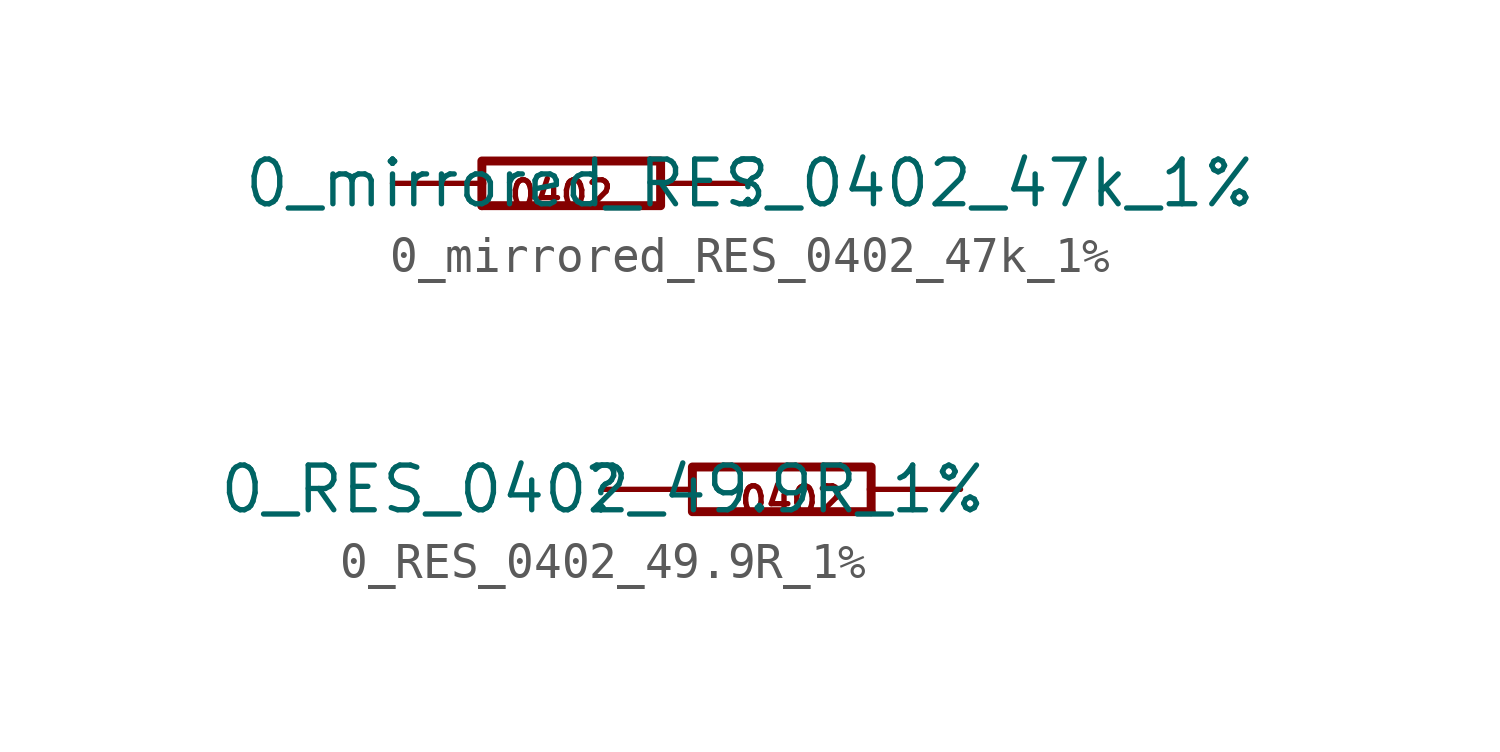
<source format=kicad_sym>
(kicad_symbol_lib
  (version 20211014)
  (generator kicad_symbol_editor)
  (symbol "0_mirrored_RES_0402_47k_1%"
    (property "Reference" ""
      (at 0 0 0)
      (effects (font (size 1.27 1.27))))
    (property "Value" "0_mirrored_RES_0402_47k_1%"
      (at 0 0 0)
      (effects (font (size 1.27 1.27))))
    (symbol "0_mirrored_RES_0402_47k_1%_1_0"
      (polyline (pts (xy -7.62 -0.635) (xy -7.62 0)) (stroke (width 0.254) (type default) (color 0 0 0 0)) (fill (type none)))
      (polyline (pts (xy -7.62 0) (xy -7.62 0.635) (xy -2.54 0.635) (xy -2.54 -0.635) (xy -7.62 -0.635)) (stroke (width 0.254) (type default) (color 0 0 0 0)) (fill (type none)))
      (text "0402" (at -3.81 -0.762 0) (effects (font (size 0.762 0.762)) (justify right bottom)))
      (pin passive line (at 0 0 180) (length 2.54) (name "1" (effects (font (size 0 0)))) (number "1" (effects (font (size 0 0)))))
      (pin passive line (at -10.16 0 0) (length 2.54) (name "2" (effects (font (size 0 0)))) (number "2" (effects (font (size 0 0)))))))
  (symbol "0_RES_0402_49.9R_1%"
    (property "Reference" ""
      (at 0 0 0)
      (effects (font (size 1.27 1.27))))
    (property "Value" "0_RES_0402_49.9R_1%"
      (at 0 0 0)
      (effects (font (size 1.27 1.27))))
    (symbol "0_RES_0402_49.9R_1%_1_0"
      (polyline (pts (xy 7.62 -0.635) (xy 7.62 0)) (stroke (width 0.254) (type default) (color 0 0 0 0)) (fill (type none)))
      (polyline (pts (xy 7.62 0) (xy 7.62 0.635) (xy 2.54 0.635) (xy 2.54 -0.635) (xy 7.62 -0.635)) (stroke (width 0.254) (type default) (color 0 0 0 0)) (fill (type none)))
      (text "0402" (at 3.81 -0.762 0) (effects (font (size 0.762 0.762)) (justify left bottom)))
      (pin passive line (at 0 0 0) (length 2.54) (name "1" (effects (font (size 0 0)))) (number "1" (effects (font (size 0 0)))))
      (pin passive line (at 10.16 0 180) (length 2.54) (name "2" (effects (font (size 0 0)))) (number "2" (effects (font (size 0 0))))))))
</source>
